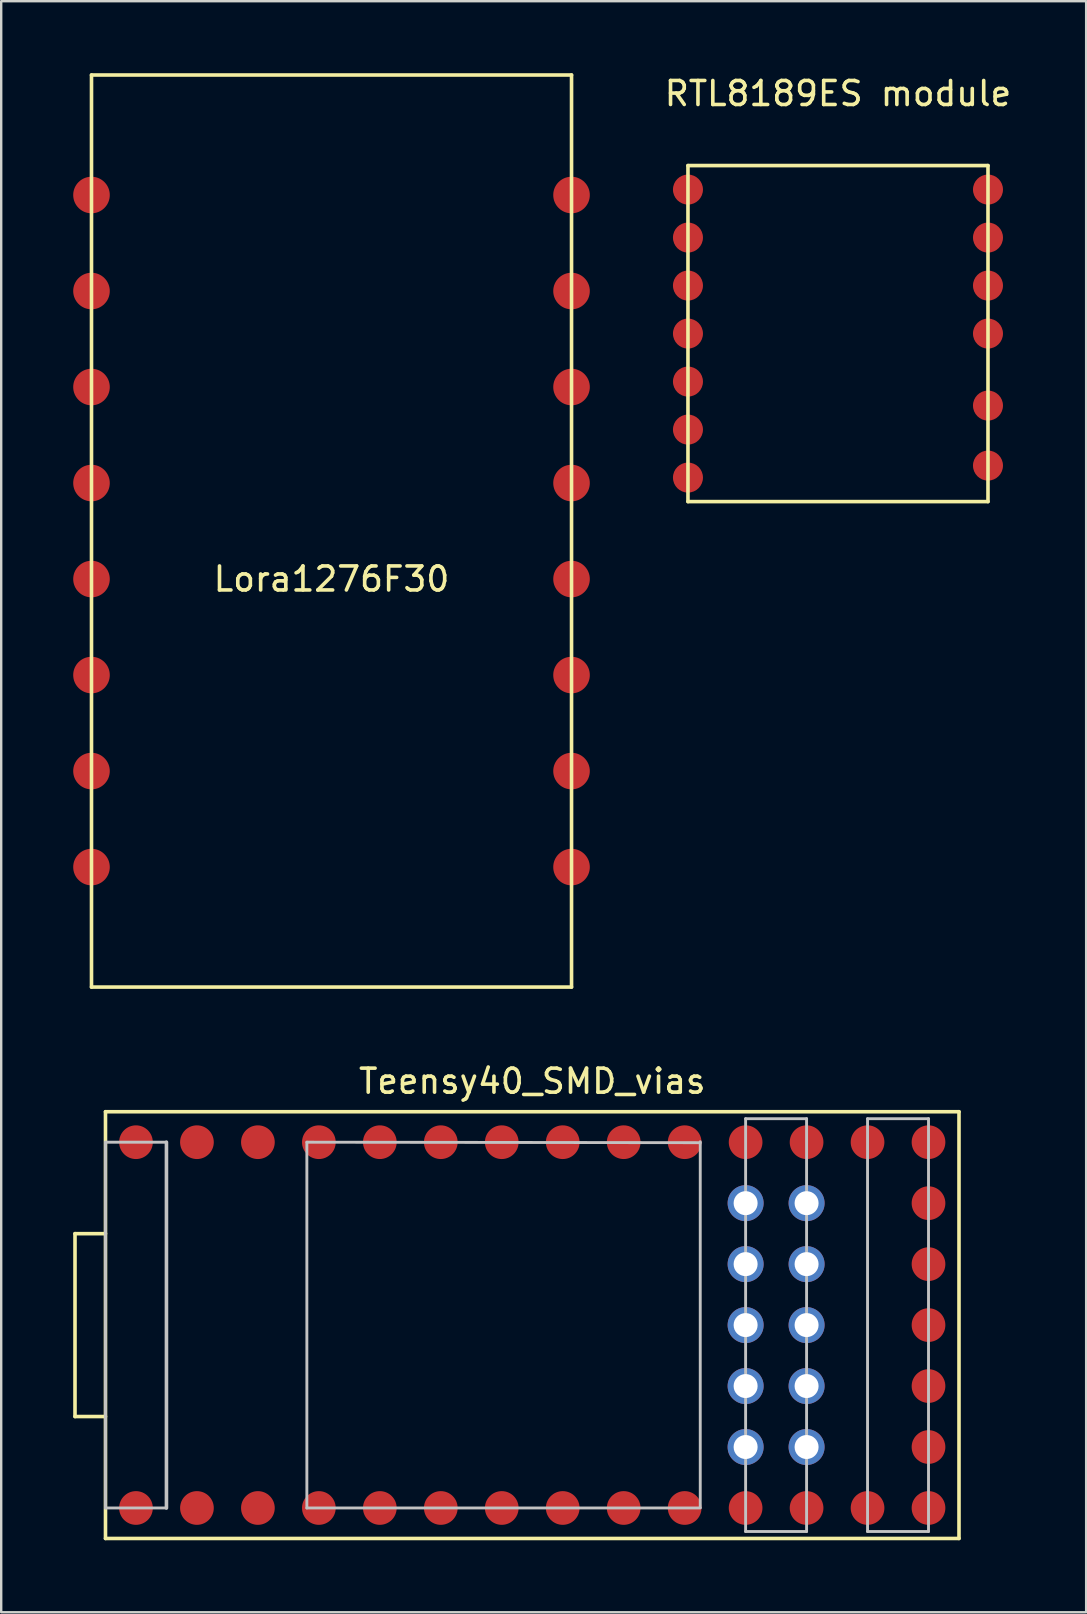
<source format=kicad_pcb>
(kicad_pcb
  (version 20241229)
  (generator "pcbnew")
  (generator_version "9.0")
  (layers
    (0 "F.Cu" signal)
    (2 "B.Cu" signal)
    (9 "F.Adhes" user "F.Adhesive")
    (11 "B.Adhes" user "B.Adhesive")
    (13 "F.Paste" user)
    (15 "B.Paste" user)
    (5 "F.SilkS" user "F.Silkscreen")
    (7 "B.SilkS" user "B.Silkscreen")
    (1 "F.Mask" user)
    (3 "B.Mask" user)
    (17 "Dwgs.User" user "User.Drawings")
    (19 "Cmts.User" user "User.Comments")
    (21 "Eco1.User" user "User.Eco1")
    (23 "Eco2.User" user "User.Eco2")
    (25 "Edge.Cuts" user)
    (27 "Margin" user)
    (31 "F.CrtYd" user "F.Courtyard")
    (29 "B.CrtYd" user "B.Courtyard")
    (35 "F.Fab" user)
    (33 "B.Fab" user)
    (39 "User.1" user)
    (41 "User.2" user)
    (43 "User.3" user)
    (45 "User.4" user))
  (footprint "Lora1276F30"
    (layer "F.Cu")
    (at 10.762 19.075)
    (property "Reference" "Lora1276F30" (at 0 2 0) (layer "F.SilkS") (effects (font (size 1 1) (thickness 0.15))))
    (attr through_hole)
    (fp_line (start -10 -19) (end 10 -19) (stroke (width 0.15) (type solid)) (layer "F.SilkS"))
    (fp_line (start -10 19) (end -10 -19) (stroke (width 0.15) (type solid)) (layer "F.SilkS"))
    (fp_line (start 10 -19) (end 10 19) (stroke (width 0.15) (type solid)) (layer "F.SilkS"))
    (fp_line (start 10 19) (end -10 19) (stroke (width 0.15) (type solid)) (layer "F.SilkS"))
    (pad "" smd circle (at -10 -6) (size 1.524 1.524) (layers "F.Cu" "F.Mask" "F.Paste"))
    (pad "" smd circle (at 10 -6) (size 1.524 1.524) (layers "F.Cu" "F.Mask" "F.Paste"))
    (pad "1" smd circle (at 10 -14) (size 1.524 1.524) (layers "F.Cu" "F.Mask" "F.Paste"))
    (pad "2" smd circle (at 10 -10) (size 1.524 1.524) (layers "F.Cu" "F.Mask" "F.Paste"))
    (pad "3" smd circle (at 10 -2) (size 1.524 1.524) (layers "F.Cu" "F.Mask" "F.Paste"))
    (pad "4" smd circle (at 10 2) (size 1.524 1.524) (layers "F.Cu" "F.Mask" "F.Paste"))
    (pad "5" smd circle (at 10 6) (size 1.524 1.524) (layers "F.Cu" "F.Mask" "F.Paste"))
    (pad "6" smd circle (at 10 10) (size 1.524 1.524) (layers "F.Cu" "F.Mask" "F.Paste"))
    (pad "7" smd circle (at 10 14) (size 1.524 1.524) (layers "F.Cu" "F.Mask" "F.Paste"))
    (pad "8" smd circle (at -10 14) (size 1.524 1.524) (layers "F.Cu" "F.Mask" "F.Paste"))
    (pad "9" smd circle (at -10 10) (size 1.524 1.524) (layers "F.Cu" "F.Mask" "F.Paste"))
    (pad "10" smd circle (at -10 6) (size 1.524 1.524) (layers "F.Cu" "F.Mask" "F.Paste"))
    (pad "11" smd circle (at -10 2) (size 1.524 1.524) (layers "F.Cu" "F.Mask" "F.Paste"))
    (pad "12" smd circle (at -10 -2) (size 1.524 1.524) (layers "F.Cu" "F.Mask" "F.Paste"))
    (pad "13" smd circle (at -10 -10) (size 1.524 1.524) (layers "F.Cu" "F.Mask" "F.Paste"))
    (pad "14" smd circle (at -10 -14) (size 1.524 1.524) (layers "F.Cu" "F.Mask" "F.Paste")))
  (footprint "RTL8189ES module"
    (layer "F.Cu")
    (at 31.863 10.848)
    (property "Reference" "RTL8189ES module" (at 0 -10 0) (layer "F.SilkS") (effects (font (size 1 1) (thickness 0.15))))
    (attr through_hole)
    (fp_line (start -6.25 -7) (end -6.25 7) (stroke (width 0.15) (type solid)) (layer "F.SilkS"))
    (fp_line (start -6.25 7) (end 6.25 7) (stroke (width 0.15) (type solid)) (layer "F.SilkS"))
    (fp_line (start 6.25 -7) (end -6.25 -7) (stroke (width 0.15) (type solid)) (layer "F.SilkS"))
    (fp_line (start 6.25 7) (end 6.25 -7) (stroke (width 0.15) (type solid)) (layer "F.SilkS"))
    (pad "1" smd circle (at -6.25 -6) (size 1.25 1.25) (layers "F.Cu" "F.Mask" "F.Paste"))
    (pad "2" smd circle (at -6.25 -4) (size 1.25 1.25) (layers "F.Cu" "F.Mask" "F.Paste"))
    (pad "3" smd circle (at -6.25 -2) (size 1.25 1.25) (layers "F.Cu" "F.Mask" "F.Paste"))
    (pad "4" smd circle (at -6.25 0) (size 1.25 1.25) (layers "F.Cu" "F.Mask" "F.Paste"))
    (pad "5" smd circle (at -6.25 2) (size 1.25 1.25) (layers "F.Cu" "F.Mask" "F.Paste"))
    (pad "6" smd circle (at -6.25 4) (size 1.25 1.25) (layers "F.Cu" "F.Mask" "F.Paste"))
    (pad "7" smd circle (at -6.25 6) (size 1.25 1.25) (layers "F.Cu" "F.Mask" "F.Paste"))
    (pad "8" smd circle (at 6.25 5.5) (size 1.25 1.25) (layers "F.Cu" "F.Mask" "F.Paste"))
    (pad "9" smd circle (at 6.25 3) (size 1.25 1.25) (layers "F.Cu" "F.Mask" "F.Paste"))
    (pad "10" smd circle (at 6.25 0) (size 1.25 1.25) (layers "F.Cu" "F.Mask" "F.Paste"))
    (pad "11" smd circle (at 6.25 -2) (size 1.25 1.25) (layers "F.Cu" "F.Mask" "F.Paste"))
    (pad "12" smd circle (at 6.25 -4) (size 1.25 1.25) (layers "F.Cu" "F.Mask" "F.Paste"))
    (pad "13" smd circle (at 6.25 -6) (size 1.25 1.25) (layers "F.Cu" "F.Mask" "F.Paste")))
  (footprint "Teensy40_SMD_vias"
    (layer "F.Cu")
    (at 19.125 52.158)
    (property "Reference" "Teensy40_SMD_vias" (at 0 -10.16 0) (layer "F.SilkS") (effects (font (size 1 1) (thickness 0.15))))
    (attr through_hole)
    (fp_line (start -19.05 -3.81) (end -19.05 3.81) (stroke (width 0.15) (type solid)) (layer "F.SilkS"))
    (fp_line (start -19.05 3.81) (end -17.78 3.81) (stroke (width 0.15) (type solid)) (layer "F.SilkS"))
    (fp_line (start -17.78 -8.89) (end -17.78 8.89) (stroke (width 0.15) (type solid)) (layer "F.SilkS"))
    (fp_line (start -17.78 -3.81) (end -19.05 -3.81) (stroke (width 0.15) (type solid)) (layer "F.SilkS"))
    (fp_line (start -17.78 8.89) (end 17.78 8.89) (stroke (width 0.15) (type solid)) (layer "F.SilkS"))
    (fp_line (start 17.78 -8.89) (end -17.78 -8.89) (stroke (width 0.15) (type solid)) (layer "F.SilkS"))
    (fp_line (start 17.78 8.89) (end 17.78 -8.89) (stroke (width 0.15) (type solid)) (layer "F.SilkS"))
    (fp_line (start -17.78 -7.62) (end -17.78 7.62) (stroke (width 0.12) (type solid)) (layer "Dwgs.User"))
    (fp_line (start -17.78 -7.62) (end -15.24 -7.62) (stroke (width 0.12) (type solid)) (layer "Dwgs.User"))
    (fp_line (start -17.78 7.62) (end -15.24 7.62) (stroke (width 0.12) (type solid)) (layer "Dwgs.User"))
    (fp_line (start -15.24 -7.62) (end -15.24 7.62) (stroke (width 0.15) (type solid)) (layer "Dwgs.User"))
    (fp_line (start -9.39 -7.62) (end -9.39 7.62) (stroke (width 0.12) (type solid)) (layer "Dwgs.User"))
    (fp_line (start -9.39 -7.62) (end 7 -7.6) (stroke (width 0.12) (type solid)) (layer "Dwgs.User"))
    (fp_line (start -9.39 7.62) (end 7 7.62) (stroke (width 0.12) (type solid)) (layer "Dwgs.User"))
    (fp_line (start 7 -7.64) (end 7 7.6) (stroke (width 0.12) (type solid)) (layer "Dwgs.User"))
    (fp_line (start 8.89 -8.6) (end 8.89 8.6) (stroke (width 0.12) (type solid)) (layer "Dwgs.User"))
    (fp_line (start 8.89 8.6) (end 11.43 8.6) (stroke (width 0.12) (type solid)) (layer "Dwgs.User"))
    (fp_line (start 11.43 -8.6) (end 8.89 -8.6) (stroke (width 0.12) (type solid)) (layer "Dwgs.User"))
    (fp_line (start 11.43 8.6) (end 11.43 -8.6) (stroke (width 0.12) (type solid)) (layer "Dwgs.User"))
    (fp_line (start 13.97 -8.6) (end 16.51 -8.6) (stroke (width 0.12) (type solid)) (layer "Dwgs.User"))
    (fp_line (start 13.97 8.6) (end 13.97 -8.6) (stroke (width 0.12) (type solid)) (layer "Dwgs.User"))
    (fp_line (start 16.51 -8.6) (end 16.51 8.6) (stroke (width 0.12) (type solid)) (layer "Dwgs.User"))
    (fp_line (start 16.51 8.6) (end 13.97 8.6) (stroke (width 0.12) (type solid)) (layer "Dwgs.User"))
    (fp_poly (pts (xy 6.858 -4.572) (xy 9.398 -4.572) (xy 9.398 -5.588) (xy 6.858 -5.588)) (stroke (width 0.1) (type solid)) (fill no) (layer "Eco1.User"))
    (fp_poly (pts (xy 6.858 -2.032) (xy 9.398 -2.032) (xy 9.398 -3.048) (xy 6.858 -3.048)) (stroke (width 0.1) (type solid)) (fill no) (layer "Eco1.User"))
    (fp_poly (pts (xy 6.858 0.508) (xy 9.398 0.508) (xy 9.398 -0.508) (xy 6.858 -0.508)) (stroke (width 0.1) (type solid)) (fill no) (layer "Eco1.User"))
    (fp_poly (pts (xy 6.858 3.048) (xy 9.398 3.048) (xy 9.398 2.032) (xy 6.858 2.032)) (stroke (width 0.1) (type solid)) (fill no) (layer "Eco1.User"))
    (fp_poly (pts (xy 6.858 5.588) (xy 9.398 5.588) (xy 9.398 4.572) (xy 6.858 4.572)) (stroke (width 0.1) (type solid)) (fill no) (layer "Eco1.User"))
    (fp_poly (pts (xy 10.922 -4.572) (xy 13.462 -4.572) (xy 13.462 -5.588) (xy 10.922 -5.588)) (stroke (width 0.1) (type solid)) (fill no) (layer "Eco1.User"))
    (fp_poly (pts (xy 10.922 -2.032) (xy 13.462 -2.032) (xy 13.462 -3.048) (xy 10.922 -3.048)) (stroke (width 0.1) (type solid)) (fill no) (layer "Eco1.User"))
    (fp_poly (pts (xy 10.922 0.508) (xy 13.462 0.508) (xy 13.462 -0.508) (xy 10.922 -0.508)) (stroke (width 0.1) (type solid)) (fill no) (layer "Eco1.User"))
    (fp_poly (pts (xy 10.922 3.048) (xy 13.462 3.048) (xy 13.462 2.032) (xy 10.922 2.032)) (stroke (width 0.1) (type solid)) (fill no) (layer "Eco1.User"))
    (fp_poly (pts (xy 10.922 5.588) (xy 13.462 5.588) (xy 13.462 4.572) (xy 10.922 4.572)) (stroke (width 0.1) (type solid)) (fill no) (layer "Eco1.User"))
    (pad "1" smd circle (at -16.51 7.62) (size 1.404 1.404) (layers "F.Cu" "F.Mask" "F.Paste"))
    (pad "2" smd circle (at -13.97 7.62) (size 1.404 1.404) (layers "F.Cu" "F.Mask" "F.Paste"))
    (pad "3" smd circle (at -11.43 7.62) (size 1.404 1.404) (layers "F.Cu" "F.Mask" "F.Paste"))
    (pad "4" smd circle (at -8.89 7.62) (size 1.404 1.404) (layers "F.Cu" "F.Mask" "F.Paste"))
    (pad "5" smd circle (at -6.35 7.62) (size 1.404 1.404) (layers "F.Cu" "F.Mask" "F.Paste"))
    (pad "6" smd circle (at -3.81 7.62) (size 1.404 1.404) (layers "F.Cu" "F.Mask" "F.Paste"))
    (pad "7" smd circle (at -1.27 7.62) (size 1.404 1.404) (layers "F.Cu" "F.Mask" "F.Paste"))
    (pad "8" smd circle (at 1.27 7.62) (size 1.404 1.404) (layers "F.Cu" "F.Mask" "F.Paste"))
    (pad "9" smd circle (at 3.81 7.62) (size 1.404 1.404) (layers "F.Cu" "F.Mask" "F.Paste"))
    (pad "10" smd circle (at 6.35 7.62) (size 1.404 1.404) (layers "F.Cu" "F.Mask" "F.Paste"))
    (pad "11" smd circle (at 8.89 7.62) (size 1.404 1.404) (layers "F.Cu" "F.Mask" "F.Paste"))
    (pad "12" smd circle (at 11.43 7.62) (size 1.404 1.404) (layers "F.Cu" "F.Mask" "F.Paste"))
    (pad "13" smd circle (at 13.97 7.62) (size 1.404 1.404) (layers "F.Cu" "F.Mask" "F.Paste"))
    (pad "14" smd circle (at 16.51 7.62) (size 1.404 1.404) (layers "F.Cu" "F.Mask" "F.Paste"))
    (pad "15" smd circle (at 16.51 5.08) (size 1.404 1.404) (layers "F.Cu" "F.Mask" "F.Paste"))
    (pad "16" smd circle (at 16.51 2.54) (size 1.404 1.404) (layers "F.Cu" "F.Mask" "F.Paste"))
    (pad "17" smd circle (at 16.51 0) (size 1.404 1.404) (layers "F.Cu" "F.Mask" "F.Paste"))
    (pad "18" smd circle (at 16.51 -2.54) (size 1.404 1.404) (layers "F.Cu" "F.Mask" "F.Paste"))
    (pad "19" smd circle (at 16.51 -5.08) (size 1.404 1.404) (layers "F.Cu" "F.Mask" "F.Paste"))
    (pad "20" smd circle (at 16.51 -7.62) (size 1.404 1.404) (layers "F.Cu" "F.Mask" "F.Paste"))
    (pad "21" smd circle (at 13.97 -7.62) (size 1.404 1.404) (layers "F.Cu" "F.Mask" "F.Paste"))
    (pad "22" smd circle (at 11.43 -7.62) (size 1.404 1.404) (layers "F.Cu" "F.Mask" "F.Paste"))
    (pad "23" smd circle (at 8.89 -7.62) (size 1.404 1.404) (layers "F.Cu" "F.Mask" "F.Paste"))
    (pad "24" smd circle (at 6.35 -7.62) (size 1.404 1.404) (layers "F.Cu" "F.Mask" "F.Paste"))
    (pad "25" smd circle (at 3.81 -7.62) (size 1.404 1.404) (layers "F.Cu" "F.Mask" "F.Paste"))
    (pad "26" smd circle (at 1.27 -7.62) (size 1.404 1.404) (layers "F.Cu" "F.Mask" "F.Paste"))
    (pad "27" smd circle (at -1.27 -7.62) (size 1.404 1.404) (layers "F.Cu" "F.Mask" "F.Paste"))
    (pad "28" smd circle (at -3.81 -7.62) (size 1.404 1.404) (layers "F.Cu" "F.Mask" "F.Paste"))
    (pad "29" smd circle (at -6.35 -7.62) (size 1.404 1.404) (layers "F.Cu" "F.Mask" "F.Paste"))
    (pad "30" smd circle (at -8.89 -7.62) (size 1.404 1.404) (layers "F.Cu" "F.Mask" "F.Paste"))
    (pad "31" smd circle (at -11.43 -7.62) (size 1.404 1.404) (layers "F.Cu" "F.Mask" "F.Paste"))
    (pad "32" smd circle (at -13.97 -7.62) (size 1.404 1.404) (layers "F.Cu" "F.Mask" "F.Paste"))
    (pad "33" smd circle (at -16.51 -7.62) (size 1.404 1.404) (layers "F.Cu" "F.Mask" "F.Paste"))
    (pad "35" thru_hole circle (at 11.43 -5.08) (size 1.5 1.5) (drill 1) (layers "*.Cu" "*.Mask"))
    (pad "36" thru_hole circle (at 8.89 -5.08) (size 1.5 1.5) (drill 1) (layers "*.Cu" "*.Mask"))
    (pad "37" thru_hole circle (at 11.43 -2.54) (size 1.5 1.5) (drill 1) (layers "*.Cu" "*.Mask"))
    (pad "38" thru_hole circle (at 8.89 -2.54) (size 1.5 1.5) (drill 1) (layers "*.Cu" "*.Mask"))
    (pad "39" thru_hole circle (at 11.43 0) (size 1.5 1.5) (drill 1) (layers "*.Cu" "*.Mask"))
    (pad "40" thru_hole circle (at 8.89 0) (size 1.5 1.5) (drill 1) (layers "*.Cu" "*.Mask"))
    (pad "41" thru_hole circle (at 11.43 2.54) (size 1.5 1.5) (drill 1) (layers "*.Cu" "*.Mask"))
    (pad "42" thru_hole circle (at 8.89 2.54) (size 1.5 1.5) (drill 1) (layers "*.Cu" "*.Mask"))
    (pad "43" thru_hole circle (at 11.43 5.08) (size 1.5 1.5) (drill 1) (layers "*.Cu" "*.Mask"))
    (pad "44" thru_hole circle (at 8.89 5.08) (size 1.5 1.5) (drill 1) (layers "*.Cu" "*.Mask")))
  (gr_rect
    (start -3 -3)
    (end 42.203 64.123)
    (stroke (width 0.1) (type default))
    (fill no)
    (layer "Edge.Cuts")))
</source>
